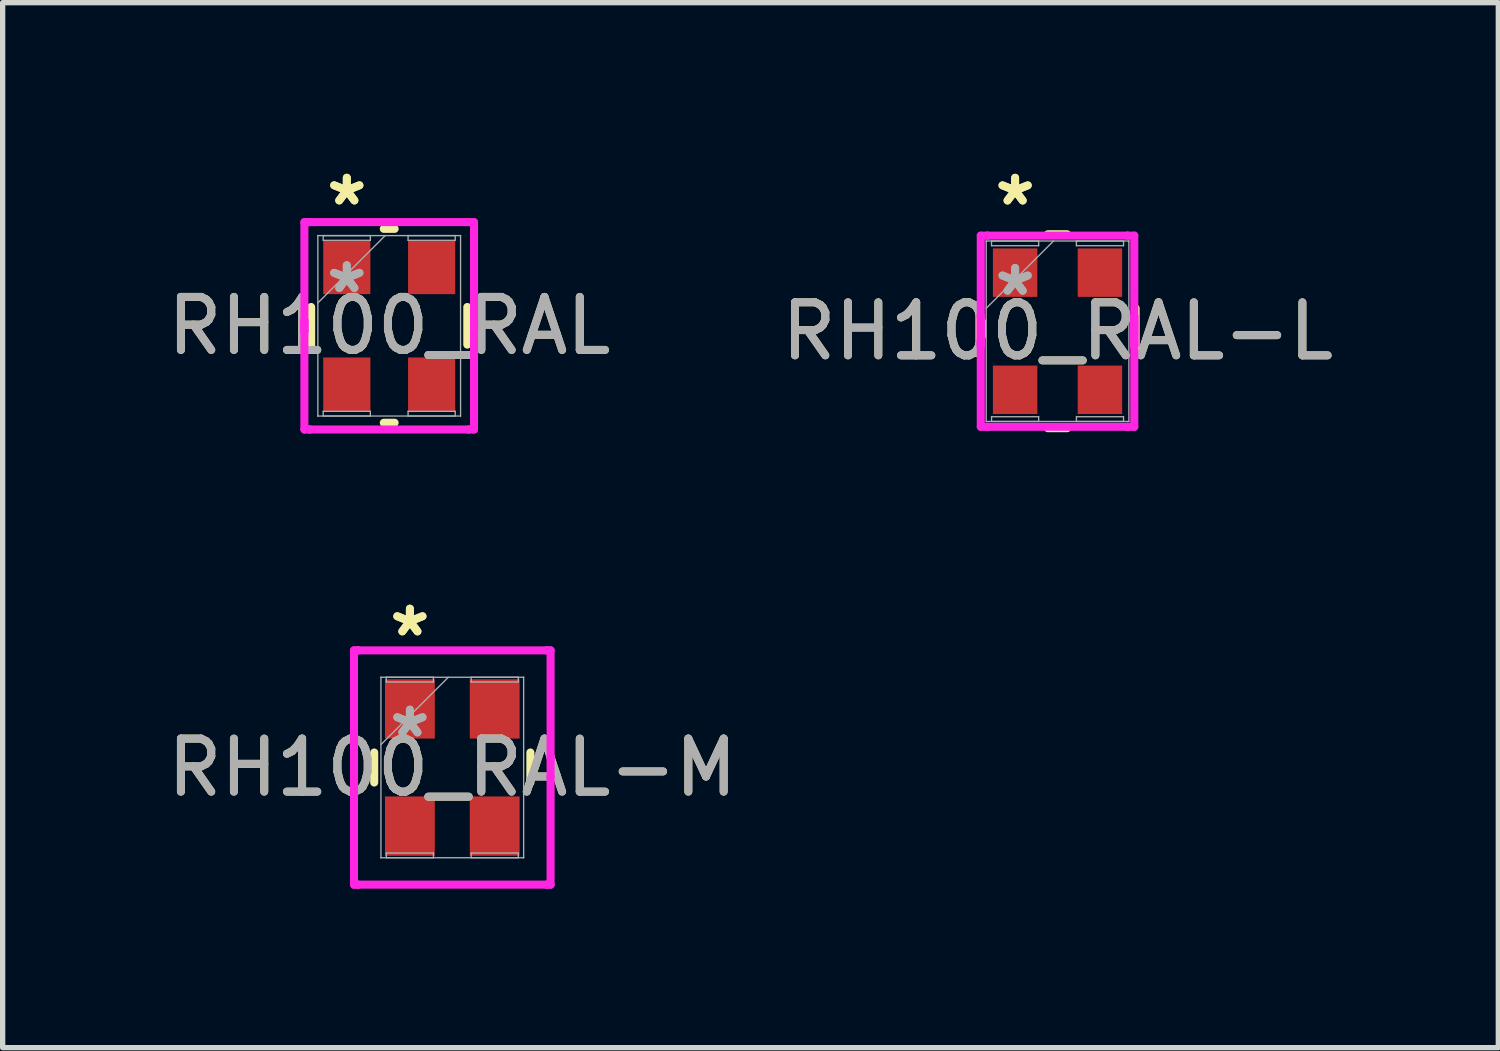
<source format=kicad_pcb>
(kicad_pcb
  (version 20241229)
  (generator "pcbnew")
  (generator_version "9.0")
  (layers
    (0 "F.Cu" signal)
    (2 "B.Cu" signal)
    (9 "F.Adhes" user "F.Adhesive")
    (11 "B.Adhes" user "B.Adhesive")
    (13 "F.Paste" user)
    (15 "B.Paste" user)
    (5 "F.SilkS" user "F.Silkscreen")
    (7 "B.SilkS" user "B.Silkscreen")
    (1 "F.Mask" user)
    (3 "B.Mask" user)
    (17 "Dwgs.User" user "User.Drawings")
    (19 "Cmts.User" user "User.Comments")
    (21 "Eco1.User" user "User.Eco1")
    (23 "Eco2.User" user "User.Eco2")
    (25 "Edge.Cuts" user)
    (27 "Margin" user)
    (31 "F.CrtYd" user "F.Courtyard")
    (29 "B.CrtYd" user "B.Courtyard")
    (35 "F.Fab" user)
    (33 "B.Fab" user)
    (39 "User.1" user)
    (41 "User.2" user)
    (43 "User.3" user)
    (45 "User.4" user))
  (footprint "RH100_RAL"
    (layer "F.Cu")
    (at 4.292 3.096)
    (property "Reference" "RH100_RAL" (at 0 0 0) (unlocked yes) (layer "F.SilkS") (effects (font (size 1 1) (thickness 0.15))))
    (attr smd)
    (fp_line (start -1.473 -0.355) (end -1.473 0.355) (stroke (width 0.152) (type solid)) (layer "F.SilkS"))
    (fp_line (start -0.102 1.829) (end 0.102 1.829) (stroke (width 0.152) (type solid)) (layer "F.SilkS"))
    (fp_line (start 0.102 -1.829) (end -0.102 -1.829) (stroke (width 0.152) (type solid)) (layer "F.SilkS"))
    (fp_line (start 1.473 0.355) (end 1.473 -0.355) (stroke (width 0.152) (type solid)) (layer "F.SilkS"))
    (fp_line (start -1.6 -1.956) (end -1.499 -1.956) (stroke (width 0.152) (type solid)) (layer "F.CrtYd"))
    (fp_line (start -1.6 -0.102) (end -1.6 -0.102) (stroke (width 0.152) (type solid)) (layer "F.CrtYd"))
    (fp_line (start -1.6 -0.102) (end -1.6 0.102) (stroke (width 0.152) (type solid)) (layer "F.CrtYd"))
    (fp_line (start -1.6 0.102) (end -1.6 -1.956) (stroke (width 0.152) (type solid)) (layer "F.CrtYd"))
    (fp_line (start -1.6 0.102) (end -1.6 0.102) (stroke (width 0.152) (type solid)) (layer "F.CrtYd"))
    (fp_line (start -1.6 1.956) (end -1.6 -0.102) (stroke (width 0.152) (type solid)) (layer "F.CrtYd"))
    (fp_line (start -1.499 -1.956) (end -1.499 -1.956) (stroke (width 0.152) (type solid)) (layer "F.CrtYd"))
    (fp_line (start -1.499 -1.956) (end 1.499 -1.956) (stroke (width 0.152) (type solid)) (layer "F.CrtYd"))
    (fp_line (start -1.499 1.956) (end -1.6 1.956) (stroke (width 0.152) (type solid)) (layer "F.CrtYd"))
    (fp_line (start -1.499 1.956) (end -1.499 1.956) (stroke (width 0.152) (type solid)) (layer "F.CrtYd"))
    (fp_line (start 1.499 -1.956) (end 1.499 -1.956) (stroke (width 0.152) (type solid)) (layer "F.CrtYd"))
    (fp_line (start 1.499 -1.956) (end 1.6 -1.956) (stroke (width 0.152) (type solid)) (layer "F.CrtYd"))
    (fp_line (start 1.499 1.956) (end -1.499 1.956) (stroke (width 0.152) (type solid)) (layer "F.CrtYd"))
    (fp_line (start 1.499 1.956) (end 1.499 1.956) (stroke (width 0.152) (type solid)) (layer "F.CrtYd"))
    (fp_line (start 1.6 -1.956) (end 1.6 0.102) (stroke (width 0.152) (type solid)) (layer "F.CrtYd"))
    (fp_line (start 1.6 -0.102) (end 1.6 -0.102) (stroke (width 0.152) (type solid)) (layer "F.CrtYd"))
    (fp_line (start 1.6 -0.102) (end 1.6 1.956) (stroke (width 0.152) (type solid)) (layer "F.CrtYd"))
    (fp_line (start 1.6 0.102) (end 1.6 -0.102) (stroke (width 0.152) (type solid)) (layer "F.CrtYd"))
    (fp_line (start 1.6 0.102) (end 1.6 0.102) (stroke (width 0.152) (type solid)) (layer "F.CrtYd"))
    (fp_line (start 1.6 1.956) (end 1.499 1.956) (stroke (width 0.152) (type solid)) (layer "F.CrtYd"))
    (fp_line (start -1.346 -1.702) (end -1.346 -1.702) (stroke (width 0.025) (type solid)) (layer "F.Fab"))
    (fp_line (start -1.346 -1.702) (end -1.346 1.702) (stroke (width 0.025) (type solid)) (layer "F.Fab"))
    (fp_line (start -1.346 -0.432) (end -0.076 -1.702) (stroke (width 0.025) (type solid)) (layer "F.Fab"))
    (fp_line (start -1.346 1.702) (end -1.346 1.702) (stroke (width 0.025) (type solid)) (layer "F.Fab"))
    (fp_line (start -1.346 1.702) (end 1.346 1.702) (stroke (width 0.025) (type solid)) (layer "F.Fab"))
    (fp_line (start -1.245 -1.702) (end -0.356 -1.702) (stroke (width 0.025) (type solid)) (layer "F.Fab"))
    (fp_line (start -1.245 -1.613) (end -1.245 -1.702) (stroke (width 0.025) (type solid)) (layer "F.Fab"))
    (fp_line (start -1.245 1.613) (end -0.356 1.613) (stroke (width 0.025) (type solid)) (layer "F.Fab"))
    (fp_line (start -1.245 1.702) (end -1.245 1.613) (stroke (width 0.025) (type solid)) (layer "F.Fab"))
    (fp_line (start -0.356 -1.702) (end -0.356 -1.613) (stroke (width 0.025) (type solid)) (layer "F.Fab"))
    (fp_line (start -0.356 -1.613) (end -1.245 -1.613) (stroke (width 0.025) (type solid)) (layer "F.Fab"))
    (fp_line (start -0.356 1.613) (end -0.356 1.702) (stroke (width 0.025) (type solid)) (layer "F.Fab"))
    (fp_line (start -0.356 1.702) (end -1.245 1.702) (stroke (width 0.025) (type solid)) (layer "F.Fab"))
    (fp_line (start 0.356 -1.702) (end 1.245 -1.702) (stroke (width 0.025) (type solid)) (layer "F.Fab"))
    (fp_line (start 0.356 -1.613) (end 0.356 -1.702) (stroke (width 0.025) (type solid)) (layer "F.Fab"))
    (fp_line (start 0.356 1.613) (end 1.245 1.613) (stroke (width 0.025) (type solid)) (layer "F.Fab"))
    (fp_line (start 0.356 1.702) (end 0.356 1.613) (stroke (width 0.025) (type solid)) (layer "F.Fab"))
    (fp_line (start 1.245 -1.702) (end 1.245 -1.613) (stroke (width 0.025) (type solid)) (layer "F.Fab"))
    (fp_line (start 1.245 -1.613) (end 0.356 -1.613) (stroke (width 0.025) (type solid)) (layer "F.Fab"))
    (fp_line (start 1.245 1.613) (end 1.245 1.702) (stroke (width 0.025) (type solid)) (layer "F.Fab"))
    (fp_line (start 1.245 1.702) (end 0.356 1.702) (stroke (width 0.025) (type solid)) (layer "F.Fab"))
    (fp_line (start 1.346 -1.702) (end -1.346 -1.702) (stroke (width 0.025) (type solid)) (layer "F.Fab"))
    (fp_line (start 1.346 -1.702) (end 1.346 -1.702) (stroke (width 0.025) (type solid)) (layer "F.Fab"))
    (fp_line (start 1.346 1.702) (end 1.346 -1.702) (stroke (width 0.025) (type solid)) (layer "F.Fab"))
    (fp_line (start 1.346 1.702) (end 1.346 1.702) (stroke (width 0.025) (type solid)) (layer "F.Fab"))
    (fp_text user "*" (at -0.8 -2.248 0) (layer "F.SilkS") (effects (font (size 1 1) (thickness 0.15))))
    (fp_text user "*" (at -0.8 -2.248 0) (unlocked yes) (layer "F.SilkS") (effects (font (size 1 1) (thickness 0.15))))
    (fp_text user "${REFERENCE}" (at 0 0 0) (unlocked yes) (layer "F.Fab") (effects (font (size 1 1) (thickness 0.15))))
    (fp_text user "*" (at -0.8 -0.597 0) (layer "F.Fab") (effects (font (size 1 1) (thickness 0.15))))
    (fp_text user "*" (at -0.8 -0.597 0) (unlocked yes) (layer "F.Fab") (effects (font (size 1 1) (thickness 0.15))))
    (pad "1" smd rect (at -0.8 -1.105) (size 0.889 1.016) (layers "F.Cu" "F.Mask" "F.Paste"))
    (pad "2" smd rect (at -0.8 1.105) (size 0.889 1.016) (layers "F.Cu" "F.Mask" "F.Paste"))
    (pad "3" smd rect (at 0.8 1.105) (size 0.889 1.016) (layers "F.Cu" "F.Mask" "F.Paste"))
    (pad "4" smd rect (at 0.8 -1.105) (size 0.889 1.016) (layers "F.Cu" "F.Mask" "F.Paste")))
  (footprint "RH100_RAL-L"
    (layer "F.Cu")
    (at 16.899 3.198)
    (property "Reference" "RH100_RAL-L" (at 0 0 0) (unlocked yes) (layer "F.SilkS") (effects (font (size 1 1) (thickness 0.15))))
    (attr smd)
    (fp_line (start -1.473 -0.433) (end -1.473 0.433) (stroke (width 0.152) (type solid)) (layer "F.SilkS"))
    (fp_line (start -0.182 1.829) (end 0.182 1.829) (stroke (width 0.152) (type solid)) (layer "F.SilkS"))
    (fp_line (start 0.182 -1.829) (end -0.182 -1.829) (stroke (width 0.152) (type solid)) (layer "F.SilkS"))
    (fp_line (start 1.473 0.433) (end 1.473 -0.433) (stroke (width 0.152) (type solid)) (layer "F.SilkS"))
    (fp_line (start -1.448 -1.803) (end -1.321 -1.803) (stroke (width 0.152) (type solid)) (layer "F.CrtYd"))
    (fp_line (start -1.448 -0.279) (end -1.448 -0.279) (stroke (width 0.152) (type solid)) (layer "F.CrtYd"))
    (fp_line (start -1.448 -0.279) (end -1.448 0.279) (stroke (width 0.152) (type solid)) (layer "F.CrtYd"))
    (fp_line (start -1.448 0.279) (end -1.448 -1.803) (stroke (width 0.152) (type solid)) (layer "F.CrtYd"))
    (fp_line (start -1.448 0.279) (end -1.448 0.279) (stroke (width 0.152) (type solid)) (layer "F.CrtYd"))
    (fp_line (start -1.448 1.803) (end -1.448 -0.279) (stroke (width 0.152) (type solid)) (layer "F.CrtYd"))
    (fp_line (start -1.321 -1.803) (end -1.321 -1.803) (stroke (width 0.152) (type solid)) (layer "F.CrtYd"))
    (fp_line (start -1.321 -1.803) (end 1.321 -1.803) (stroke (width 0.152) (type solid)) (layer "F.CrtYd"))
    (fp_line (start -1.321 1.803) (end -1.448 1.803) (stroke (width 0.152) (type solid)) (layer "F.CrtYd"))
    (fp_line (start -1.321 1.803) (end -1.321 1.803) (stroke (width 0.152) (type solid)) (layer "F.CrtYd"))
    (fp_line (start 1.321 -1.803) (end 1.321 -1.803) (stroke (width 0.152) (type solid)) (layer "F.CrtYd"))
    (fp_line (start 1.321 -1.803) (end 1.448 -1.803) (stroke (width 0.152) (type solid)) (layer "F.CrtYd"))
    (fp_line (start 1.321 1.803) (end -1.321 1.803) (stroke (width 0.152) (type solid)) (layer "F.CrtYd"))
    (fp_line (start 1.321 1.803) (end 1.321 1.803) (stroke (width 0.152) (type solid)) (layer "F.CrtYd"))
    (fp_line (start 1.448 -1.803) (end 1.448 0.279) (stroke (width 0.152) (type solid)) (layer "F.CrtYd"))
    (fp_line (start 1.448 -0.279) (end 1.448 -0.279) (stroke (width 0.152) (type solid)) (layer "F.CrtYd"))
    (fp_line (start 1.448 -0.279) (end 1.448 1.803) (stroke (width 0.152) (type solid)) (layer "F.CrtYd"))
    (fp_line (start 1.448 0.279) (end 1.448 -0.279) (stroke (width 0.152) (type solid)) (layer "F.CrtYd"))
    (fp_line (start 1.448 0.279) (end 1.448 0.279) (stroke (width 0.152) (type solid)) (layer "F.CrtYd"))
    (fp_line (start 1.448 1.803) (end 1.321 1.803) (stroke (width 0.152) (type solid)) (layer "F.CrtYd"))
    (fp_line (start -1.346 -1.702) (end -1.346 -1.702) (stroke (width 0.025) (type solid)) (layer "F.Fab"))
    (fp_line (start -1.346 -1.702) (end -1.346 1.702) (stroke (width 0.025) (type solid)) (layer "F.Fab"))
    (fp_line (start -1.346 -0.432) (end -0.076 -1.702) (stroke (width 0.025) (type solid)) (layer "F.Fab"))
    (fp_line (start -1.346 1.702) (end -1.346 1.702) (stroke (width 0.025) (type solid)) (layer "F.Fab"))
    (fp_line (start -1.346 1.702) (end 1.346 1.702) (stroke (width 0.025) (type solid)) (layer "F.Fab"))
    (fp_line (start -1.245 -1.702) (end -0.356 -1.702) (stroke (width 0.025) (type solid)) (layer "F.Fab"))
    (fp_line (start -1.245 -1.613) (end -1.245 -1.702) (stroke (width 0.025) (type solid)) (layer "F.Fab"))
    (fp_line (start -1.245 1.613) (end -0.356 1.613) (stroke (width 0.025) (type solid)) (layer "F.Fab"))
    (fp_line (start -1.245 1.702) (end -1.245 1.613) (stroke (width 0.025) (type solid)) (layer "F.Fab"))
    (fp_line (start -0.356 -1.702) (end -0.356 -1.613) (stroke (width 0.025) (type solid)) (layer "F.Fab"))
    (fp_line (start -0.356 -1.613) (end -1.245 -1.613) (stroke (width 0.025) (type solid)) (layer "F.Fab"))
    (fp_line (start -0.356 1.613) (end -0.356 1.702) (stroke (width 0.025) (type solid)) (layer "F.Fab"))
    (fp_line (start -0.356 1.702) (end -1.245 1.702) (stroke (width 0.025) (type solid)) (layer "F.Fab"))
    (fp_line (start 0.356 -1.702) (end 1.245 -1.702) (stroke (width 0.025) (type solid)) (layer "F.Fab"))
    (fp_line (start 0.356 -1.613) (end 0.356 -1.702) (stroke (width 0.025) (type solid)) (layer "F.Fab"))
    (fp_line (start 0.356 1.613) (end 1.245 1.613) (stroke (width 0.025) (type solid)) (layer "F.Fab"))
    (fp_line (start 0.356 1.702) (end 0.356 1.613) (stroke (width 0.025) (type solid)) (layer "F.Fab"))
    (fp_line (start 1.245 -1.702) (end 1.245 -1.613) (stroke (width 0.025) (type solid)) (layer "F.Fab"))
    (fp_line (start 1.245 -1.613) (end 0.356 -1.613) (stroke (width 0.025) (type solid)) (layer "F.Fab"))
    (fp_line (start 1.245 1.613) (end 1.245 1.702) (stroke (width 0.025) (type solid)) (layer "F.Fab"))
    (fp_line (start 1.245 1.702) (end 0.356 1.702) (stroke (width 0.025) (type solid)) (layer "F.Fab"))
    (fp_line (start 1.346 -1.702) (end -1.346 -1.702) (stroke (width 0.025) (type solid)) (layer "F.Fab"))
    (fp_line (start 1.346 -1.702) (end 1.346 -1.702) (stroke (width 0.025) (type solid)) (layer "F.Fab"))
    (fp_line (start 1.346 1.702) (end 1.346 -1.702) (stroke (width 0.025) (type solid)) (layer "F.Fab"))
    (fp_line (start 1.346 1.702) (end 1.346 1.702) (stroke (width 0.025) (type solid)) (layer "F.Fab"))
    (fp_text user "*" (at -0.8 -2.349 0) (unlocked yes) (layer "F.SilkS") (effects (font (size 1 1) (thickness 0.15))))
    (fp_text user "*" (at -0.8 -2.349 0) (layer "F.SilkS") (effects (font (size 1 1) (thickness 0.15))))
    (fp_text user "${REFERENCE}" (at 0 0 0) (unlocked yes) (layer "F.Fab") (effects (font (size 1 1) (thickness 0.15))))
    (fp_text user "*" (at -0.8 -0.648 0) (layer "F.Fab") (effects (font (size 1 1) (thickness 0.15))))
    (fp_text user "*" (at -0.8 -0.648 0) (unlocked yes) (layer "F.Fab") (effects (font (size 1 1) (thickness 0.15))))
    (pad "1" smd rect (at -0.8 -1.105) (size 0.838 0.914) (layers "F.Cu" "F.Mask" "F.Paste"))
    (pad "2" smd rect (at -0.8 1.105) (size 0.838 0.914) (layers "F.Cu" "F.Mask" "F.Paste"))
    (pad "3" smd rect (at 0.8 1.105) (size 0.838 0.914) (layers "F.Cu" "F.Mask" "F.Paste"))
    (pad "4" smd rect (at 0.8 -1.105) (size 0.838 0.914) (layers "F.Cu" "F.Mask" "F.Paste")))
  (footprint "RH100_RAL-M"
    (layer "F.Cu")
    (at 5.482 11.428)
    (property "Reference" "RH100_RAL-M" (at 0 0 0) (unlocked yes) (layer "F.SilkS") (effects (font (size 1 1) (thickness 0.15))))
    (attr smd)
    (fp_line (start -1.473 -0.283) (end -1.473 0.283) (stroke (width 0.152) (type solid)) (layer "F.SilkS"))
    (fp_line (start 1.473 0.283) (end 1.473 -0.283) (stroke (width 0.152) (type solid)) (layer "F.SilkS"))
    (fp_line (start -1.854 -2.21) (end -1.778 -2.21) (stroke (width 0.152) (type solid)) (layer "F.CrtYd"))
    (fp_line (start -1.854 -0.178) (end -1.854 -2.21) (stroke (width 0.152) (type solid)) (layer "F.CrtYd"))
    (fp_line (start -1.854 -0.178) (end -1.854 -0.178) (stroke (width 0.152) (type solid)) (layer "F.CrtYd"))
    (fp_line (start -1.854 0.178) (end -1.854 -0.178) (stroke (width 0.152) (type solid)) (layer "F.CrtYd"))
    (fp_line (start -1.854 0.178) (end -1.854 0.178) (stroke (width 0.152) (type solid)) (layer "F.CrtYd"))
    (fp_line (start -1.854 2.21) (end -1.854 0.178) (stroke (width 0.152) (type solid)) (layer "F.CrtYd"))
    (fp_line (start -1.778 -2.21) (end -1.778 -2.21) (stroke (width 0.152) (type solid)) (layer "F.CrtYd"))
    (fp_line (start -1.778 -2.21) (end 1.778 -2.21) (stroke (width 0.152) (type solid)) (layer "F.CrtYd"))
    (fp_line (start -1.778 2.21) (end -1.854 2.21) (stroke (width 0.152) (type solid)) (layer "F.CrtYd"))
    (fp_line (start -1.778 2.21) (end -1.778 2.21) (stroke (width 0.152) (type solid)) (layer "F.CrtYd"))
    (fp_line (start 1.778 -2.21) (end 1.778 -2.21) (stroke (width 0.152) (type solid)) (layer "F.CrtYd"))
    (fp_line (start 1.778 -2.21) (end 1.854 -2.21) (stroke (width 0.152) (type solid)) (layer "F.CrtYd"))
    (fp_line (start 1.778 2.21) (end -1.778 2.21) (stroke (width 0.152) (type solid)) (layer "F.CrtYd"))
    (fp_line (start 1.778 2.21) (end 1.778 2.21) (stroke (width 0.152) (type solid)) (layer "F.CrtYd"))
    (fp_line (start 1.854 -2.21) (end 1.854 -0.178) (stroke (width 0.152) (type solid)) (layer "F.CrtYd"))
    (fp_line (start 1.854 -0.178) (end 1.854 -0.178) (stroke (width 0.152) (type solid)) (layer "F.CrtYd"))
    (fp_line (start 1.854 -0.178) (end 1.854 0.178) (stroke (width 0.152) (type solid)) (layer "F.CrtYd"))
    (fp_line (start 1.854 0.178) (end 1.854 0.178) (stroke (width 0.152) (type solid)) (layer "F.CrtYd"))
    (fp_line (start 1.854 0.178) (end 1.854 2.21) (stroke (width 0.152) (type solid)) (layer "F.CrtYd"))
    (fp_line (start 1.854 2.21) (end 1.778 2.21) (stroke (width 0.152) (type solid)) (layer "F.CrtYd"))
    (fp_line (start -1.346 -1.702) (end -1.346 -1.702) (stroke (width 0.025) (type solid)) (layer "F.Fab"))
    (fp_line (start -1.346 -1.702) (end -1.346 1.702) (stroke (width 0.025) (type solid)) (layer "F.Fab"))
    (fp_line (start -1.346 -0.432) (end -0.076 -1.702) (stroke (width 0.025) (type solid)) (layer "F.Fab"))
    (fp_line (start -1.346 1.702) (end -1.346 1.702) (stroke (width 0.025) (type solid)) (layer "F.Fab"))
    (fp_line (start -1.346 1.702) (end 1.346 1.702) (stroke (width 0.025) (type solid)) (layer "F.Fab"))
    (fp_line (start -1.245 -1.702) (end -0.356 -1.702) (stroke (width 0.025) (type solid)) (layer "F.Fab"))
    (fp_line (start -1.245 -1.613) (end -1.245 -1.702) (stroke (width 0.025) (type solid)) (layer "F.Fab"))
    (fp_line (start -1.245 1.613) (end -0.356 1.613) (stroke (width 0.025) (type solid)) (layer "F.Fab"))
    (fp_line (start -1.245 1.702) (end -1.245 1.613) (stroke (width 0.025) (type solid)) (layer "F.Fab"))
    (fp_line (start -0.356 -1.702) (end -0.356 -1.613) (stroke (width 0.025) (type solid)) (layer "F.Fab"))
    (fp_line (start -0.356 -1.613) (end -1.245 -1.613) (stroke (width 0.025) (type solid)) (layer "F.Fab"))
    (fp_line (start -0.356 1.613) (end -0.356 1.702) (stroke (width 0.025) (type solid)) (layer "F.Fab"))
    (fp_line (start -0.356 1.702) (end -1.245 1.702) (stroke (width 0.025) (type solid)) (layer "F.Fab"))
    (fp_line (start 0.356 -1.702) (end 1.245 -1.702) (stroke (width 0.025) (type solid)) (layer "F.Fab"))
    (fp_line (start 0.356 -1.613) (end 0.356 -1.702) (stroke (width 0.025) (type solid)) (layer "F.Fab"))
    (fp_line (start 0.356 1.613) (end 1.245 1.613) (stroke (width 0.025) (type solid)) (layer "F.Fab"))
    (fp_line (start 0.356 1.702) (end 0.356 1.613) (stroke (width 0.025) (type solid)) (layer "F.Fab"))
    (fp_line (start 1.245 -1.702) (end 1.245 -1.613) (stroke (width 0.025) (type solid)) (layer "F.Fab"))
    (fp_line (start 1.245 -1.613) (end 0.356 -1.613) (stroke (width 0.025) (type solid)) (layer "F.Fab"))
    (fp_line (start 1.245 1.613) (end 1.245 1.702) (stroke (width 0.025) (type solid)) (layer "F.Fab"))
    (fp_line (start 1.245 1.702) (end 0.356 1.702) (stroke (width 0.025) (type solid)) (layer "F.Fab"))
    (fp_line (start 1.346 -1.702) (end -1.346 -1.702) (stroke (width 0.025) (type solid)) (layer "F.Fab"))
    (fp_line (start 1.346 -1.702) (end 1.346 -1.702) (stroke (width 0.025) (type solid)) (layer "F.Fab"))
    (fp_line (start 1.346 1.702) (end 1.346 -1.702) (stroke (width 0.025) (type solid)) (layer "F.Fab"))
    (fp_line (start 1.346 1.702) (end 1.346 1.702) (stroke (width 0.025) (type solid)) (layer "F.Fab"))
    (fp_text user "*" (at -0.8 -2.451 0) (layer "F.SilkS") (effects (font (size 1 1) (thickness 0.15))))
    (fp_text user "*" (at -0.8 -2.451 0) (unlocked yes) (layer "F.SilkS") (effects (font (size 1 1) (thickness 0.15))))
    (fp_text user "*" (at -0.8 -0.546 0) (unlocked yes) (layer "F.Fab") (effects (font (size 1 1) (thickness 0.15))))
    (fp_text user "*" (at -0.8 -0.546 0) (layer "F.Fab") (effects (font (size 1 1) (thickness 0.15))))
    (fp_text user "${REFERENCE}" (at 0 0 0) (unlocked yes) (layer "F.Fab") (effects (font (size 1 1) (thickness 0.15))))
    (pad "1" smd rect (at -0.8 -1.105) (size 0.94 1.118) (layers "F.Cu" "F.Mask" "F.Paste"))
    (pad "2" smd rect (at -0.8 1.105) (size 0.94 1.118) (layers "F.Cu" "F.Mask" "F.Paste"))
    (pad "3" smd rect (at 0.8 1.105) (size 0.94 1.118) (layers "F.Cu" "F.Mask" "F.Paste"))
    (pad "4" smd rect (at 0.8 -1.105) (size 0.94 1.118) (layers "F.Cu" "F.Mask" "F.Paste")))
  (gr_rect
    (start -3 -3)
    (end 25.214 16.713)
    (stroke (width 0.1) (type default))
    (fill no)
    (layer "Edge.Cuts")))
</source>
